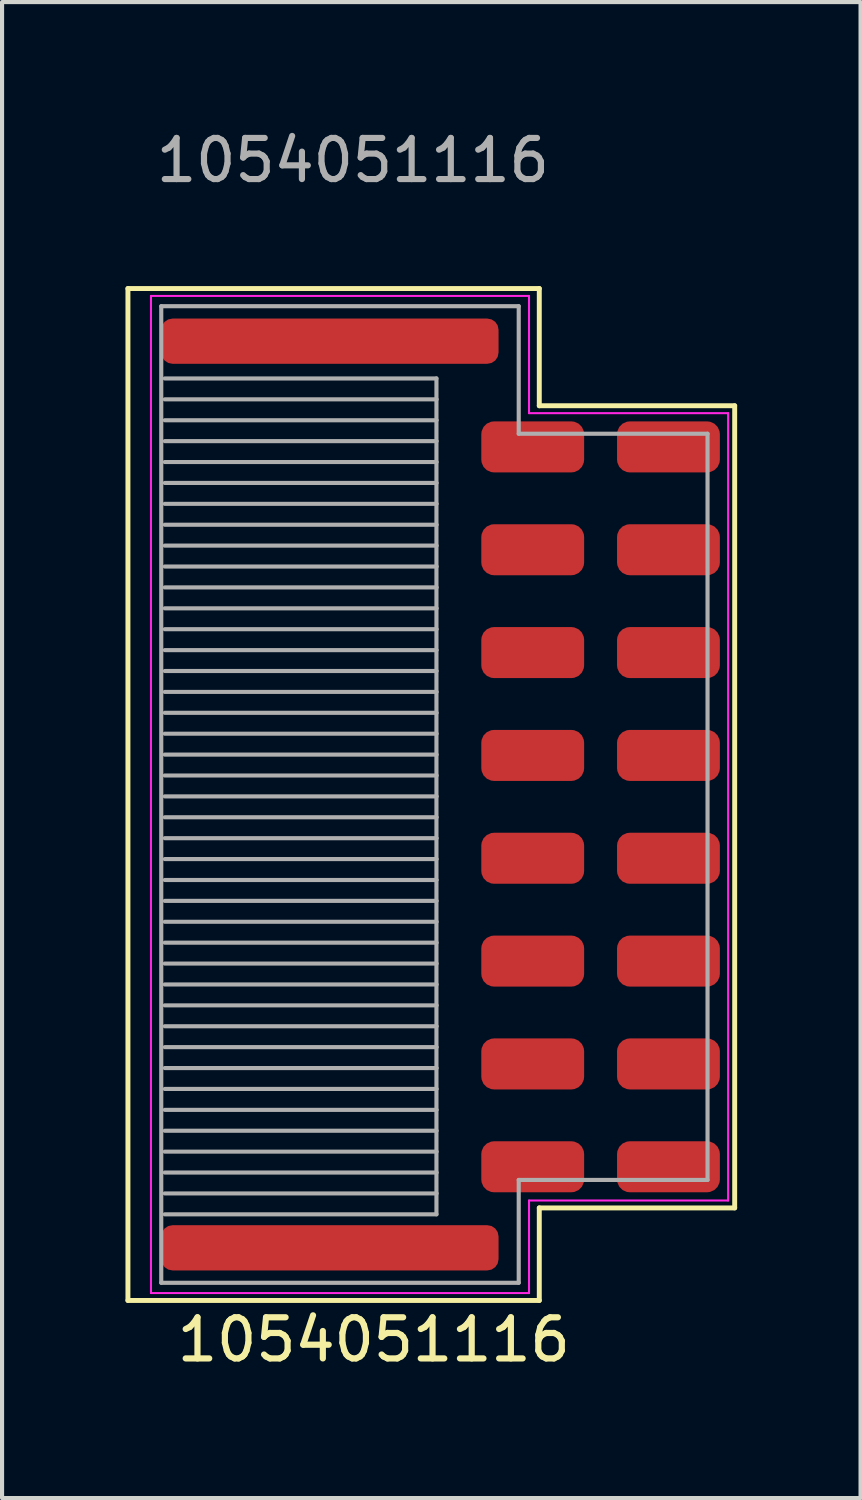
<source format=kicad_pcb>
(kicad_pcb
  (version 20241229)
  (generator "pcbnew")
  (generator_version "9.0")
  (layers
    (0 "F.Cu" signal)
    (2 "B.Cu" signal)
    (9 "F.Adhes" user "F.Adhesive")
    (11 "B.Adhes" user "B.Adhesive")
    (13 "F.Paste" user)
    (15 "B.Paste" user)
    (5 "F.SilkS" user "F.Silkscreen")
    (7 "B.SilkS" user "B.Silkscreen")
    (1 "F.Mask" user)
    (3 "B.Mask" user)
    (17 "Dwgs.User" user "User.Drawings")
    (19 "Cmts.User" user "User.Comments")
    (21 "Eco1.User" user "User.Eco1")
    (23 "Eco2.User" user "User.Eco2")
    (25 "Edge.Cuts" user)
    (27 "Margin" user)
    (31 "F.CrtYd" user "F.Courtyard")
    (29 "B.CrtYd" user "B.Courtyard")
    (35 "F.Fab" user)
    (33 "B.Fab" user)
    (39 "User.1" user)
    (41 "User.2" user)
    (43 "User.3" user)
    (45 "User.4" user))
  (footprint "1054051116"
    (layer "F.Cu")
    (at 7.56 16.564)
    (property "Reference" "1054051116" (at -1.524 12.954 0) (unlocked yes) (layer "F.SilkS") (effects (font (size 1 1) (thickness 0.15))))
    (fp_line (start -7.5 -12.6) (end 2.5 -12.6) (stroke (width 0.12) (type solid)) (layer "F.SilkS"))
    (fp_line (start -7.5 12) (end -7.5 -12.6) (stroke (width 0.12) (type solid)) (layer "F.SilkS"))
    (fp_line (start -7.5 12) (end 2.5 12) (stroke (width 0.12) (type solid)) (layer "F.SilkS"))
    (fp_line (start 2.5 -12.6) (end 2.5 -9.75) (stroke (width 0.12) (type solid)) (layer "F.SilkS"))
    (fp_line (start 2.5 -9.75) (end 7.25 -9.75) (stroke (width 0.12) (type solid)) (layer "F.SilkS"))
    (fp_line (start 2.5 12) (end 2.5 9.75) (stroke (width 0.12) (type solid)) (layer "F.SilkS"))
    (fp_line (start 7.25 -9.75) (end 7.25 9.75) (stroke (width 0.12) (type solid)) (layer "F.SilkS"))
    (fp_line (start 7.25 9.75) (end 2.5 9.75) (stroke (width 0.12) (type solid)) (layer "F.SilkS"))
    (fp_line (start -6.94 -12.42) (end 2.25 -12.42) (stroke (width 0.05) (type solid)) (layer "F.CrtYd"))
    (fp_line (start -6.94 11.82) (end -6.94 -12.42) (stroke (width 0.05) (type solid)) (layer "F.CrtYd"))
    (fp_line (start -6.94 11.82) (end 2.25 11.82) (stroke (width 0.05) (type solid)) (layer "F.CrtYd"))
    (fp_line (start 2.25 -12.42) (end 2.25 -9.57) (stroke (width 0.05) (type solid)) (layer "F.CrtYd"))
    (fp_line (start 2.25 -9.57) (end 7.09 -9.57) (stroke (width 0.05) (type solid)) (layer "F.CrtYd"))
    (fp_line (start 2.25 11.82) (end 2.25 9.57) (stroke (width 0.05) (type solid)) (layer "F.CrtYd"))
    (fp_line (start 7.09 -9.57) (end 7.09 9.57) (stroke (width 0.05) (type solid)) (layer "F.CrtYd"))
    (fp_line (start 7.09 9.57) (end 2.25 9.57) (stroke (width 0.05) (type solid)) (layer "F.CrtYd"))
    (fp_line (start -6.69 -12.17) (end 2 -12.17) (stroke (width 0.1) (type solid)) (layer "F.Fab"))
    (fp_line (start -6.69 11.57) (end -6.69 -12.17) (stroke (width 0.1) (type solid)) (layer "F.Fab"))
    (fp_line (start -6.69 11.57) (end 2 11.57) (stroke (width 0.1) (type solid)) (layer "F.Fab"))
    (fp_line (start -6.604 -10.414) (end 0 -10.414) (stroke (width 0.1) (type solid)) (layer "F.Fab"))
    (fp_line (start 0 -10.414) (end 0 -9.906) (stroke (width 0.1) (type solid)) (layer "F.Fab"))
    (fp_line (start 0 -9.906) (end -6.604 -9.906) (stroke (width 0.1) (type solid)) (layer "F.Fab"))
    (fp_line (start 0 -9.906) (end 0 -9.398) (stroke (width 0.1) (type solid)) (layer "F.Fab"))
    (fp_line (start 0 -9.398) (end -6.604 -9.398) (stroke (width 0.1) (type solid)) (layer "F.Fab"))
    (fp_line (start 0 -9.398) (end 0 -8.89) (stroke (width 0.1) (type solid)) (layer "F.Fab"))
    (fp_line (start 0 -8.89) (end -6.604 -8.89) (stroke (width 0.1) (type solid)) (layer "F.Fab"))
    (fp_line (start 0 -8.89) (end 0 -8.382) (stroke (width 0.1) (type solid)) (layer "F.Fab"))
    (fp_line (start 0 -8.382) (end -6.604 -8.382) (stroke (width 0.1) (type solid)) (layer "F.Fab"))
    (fp_line (start 0 -8.382) (end 0 -7.874) (stroke (width 0.1) (type solid)) (layer "F.Fab"))
    (fp_line (start 0 -7.874) (end -6.604 -7.874) (stroke (width 0.1) (type solid)) (layer "F.Fab"))
    (fp_line (start 0 -7.874) (end 0 -7.366) (stroke (width 0.1) (type solid)) (layer "F.Fab"))
    (fp_line (start 0 -7.366) (end -6.604 -7.366) (stroke (width 0.1) (type solid)) (layer "F.Fab"))
    (fp_line (start 0 -7.366) (end 0 -6.858) (stroke (width 0.1) (type solid)) (layer "F.Fab"))
    (fp_line (start 0 -6.858) (end -6.604 -6.858) (stroke (width 0.1) (type solid)) (layer "F.Fab"))
    (fp_line (start 0 -6.858) (end 0 -6.35) (stroke (width 0.1) (type solid)) (layer "F.Fab"))
    (fp_line (start 0 -6.35) (end -6.604 -6.35) (stroke (width 0.1) (type solid)) (layer "F.Fab"))
    (fp_line (start 0 -6.35) (end 0 -5.842) (stroke (width 0.1) (type solid)) (layer "F.Fab"))
    (fp_line (start 0 -5.842) (end -6.604 -5.842) (stroke (width 0.1) (type solid)) (layer "F.Fab"))
    (fp_line (start 0 -5.842) (end 0 -5.334) (stroke (width 0.1) (type solid)) (layer "F.Fab"))
    (fp_line (start 0 -5.334) (end -6.604 -5.334) (stroke (width 0.1) (type solid)) (layer "F.Fab"))
    (fp_line (start 0 -5.334) (end 0 -4.826) (stroke (width 0.1) (type solid)) (layer "F.Fab"))
    (fp_line (start 0 -4.826) (end -6.604 -4.826) (stroke (width 0.1) (type solid)) (layer "F.Fab"))
    (fp_line (start 0 -4.826) (end 0 -4.318) (stroke (width 0.1) (type solid)) (layer "F.Fab"))
    (fp_line (start 0 -4.318) (end -6.604 -4.318) (stroke (width 0.1) (type solid)) (layer "F.Fab"))
    (fp_line (start 0 -4.318) (end 0 -3.81) (stroke (width 0.1) (type solid)) (layer "F.Fab"))
    (fp_line (start 0 -3.81) (end -6.604 -3.81) (stroke (width 0.1) (type solid)) (layer "F.Fab"))
    (fp_line (start 0 -3.81) (end 0 -3.302) (stroke (width 0.1) (type solid)) (layer "F.Fab"))
    (fp_line (start 0 -3.302) (end -6.604 -3.302) (stroke (width 0.1) (type solid)) (layer "F.Fab"))
    (fp_line (start 0 -3.302) (end 0 -2.794) (stroke (width 0.1) (type solid)) (layer "F.Fab"))
    (fp_line (start 0 -2.794) (end -6.604 -2.794) (stroke (width 0.1) (type solid)) (layer "F.Fab"))
    (fp_line (start 0 -2.794) (end 0 -2.286) (stroke (width 0.1) (type solid)) (layer "F.Fab"))
    (fp_line (start 0 -2.286) (end -6.604 -2.286) (stroke (width 0.1) (type solid)) (layer "F.Fab"))
    (fp_line (start 0 -2.286) (end 0 -1.778) (stroke (width 0.1) (type solid)) (layer "F.Fab"))
    (fp_line (start 0 -1.778) (end -6.604 -1.778) (stroke (width 0.1) (type solid)) (layer "F.Fab"))
    (fp_line (start 0 -1.778) (end 0 -1.27) (stroke (width 0.1) (type solid)) (layer "F.Fab"))
    (fp_line (start 0 -1.27) (end -6.604 -1.27) (stroke (width 0.1) (type solid)) (layer "F.Fab"))
    (fp_line (start 0 -1.27) (end 0 -0.762) (stroke (width 0.1) (type solid)) (layer "F.Fab"))
    (fp_line (start 0 -0.762) (end -6.604 -0.762) (stroke (width 0.1) (type solid)) (layer "F.Fab"))
    (fp_line (start 0 -0.762) (end 0 -0.254) (stroke (width 0.1) (type solid)) (layer "F.Fab"))
    (fp_line (start 0 -0.254) (end -6.604 -0.254) (stroke (width 0.1) (type solid)) (layer "F.Fab"))
    (fp_line (start 0 -0.254) (end 0 0.254) (stroke (width 0.1) (type solid)) (layer "F.Fab"))
    (fp_line (start 0 0.254) (end -6.604 0.254) (stroke (width 0.1) (type solid)) (layer "F.Fab"))
    (fp_line (start 0 0.254) (end 0 0.762) (stroke (width 0.1) (type solid)) (layer "F.Fab"))
    (fp_line (start 0 0.762) (end -6.604 0.762) (stroke (width 0.1) (type solid)) (layer "F.Fab"))
    (fp_line (start 0 0.762) (end 0 1.27) (stroke (width 0.1) (type solid)) (layer "F.Fab"))
    (fp_line (start 0 1.27) (end -6.604 1.27) (stroke (width 0.1) (type solid)) (layer "F.Fab"))
    (fp_line (start 0 1.27) (end 0 1.778) (stroke (width 0.1) (type solid)) (layer "F.Fab"))
    (fp_line (start 0 1.778) (end -6.604 1.778) (stroke (width 0.1) (type solid)) (layer "F.Fab"))
    (fp_line (start 0 1.778) (end 0 2.286) (stroke (width 0.1) (type solid)) (layer "F.Fab"))
    (fp_line (start 0 2.286) (end -6.604 2.286) (stroke (width 0.1) (type solid)) (layer "F.Fab"))
    (fp_line (start 0 2.286) (end 0 2.794) (stroke (width 0.1) (type solid)) (layer "F.Fab"))
    (fp_line (start 0 2.794) (end -6.604 2.794) (stroke (width 0.1) (type solid)) (layer "F.Fab"))
    (fp_line (start 0 2.794) (end 0 3.302) (stroke (width 0.1) (type solid)) (layer "F.Fab"))
    (fp_line (start 0 3.302) (end -6.604 3.302) (stroke (width 0.1) (type solid)) (layer "F.Fab"))
    (fp_line (start 0 3.302) (end 0 3.81) (stroke (width 0.1) (type solid)) (layer "F.Fab"))
    (fp_line (start 0 3.81) (end -6.604 3.81) (stroke (width 0.1) (type solid)) (layer "F.Fab"))
    (fp_line (start 0 3.81) (end 0 4.318) (stroke (width 0.1) (type solid)) (layer "F.Fab"))
    (fp_line (start 0 4.318) (end -6.604 4.318) (stroke (width 0.1) (type solid)) (layer "F.Fab"))
    (fp_line (start 0 4.318) (end 0 4.826) (stroke (width 0.1) (type solid)) (layer "F.Fab"))
    (fp_line (start 0 4.826) (end -6.604 4.826) (stroke (width 0.1) (type solid)) (layer "F.Fab"))
    (fp_line (start 0 4.826) (end 0 5.334) (stroke (width 0.1) (type solid)) (layer "F.Fab"))
    (fp_line (start 0 5.334) (end -6.604 5.334) (stroke (width 0.1) (type solid)) (layer "F.Fab"))
    (fp_line (start 0 5.334) (end 0 5.842) (stroke (width 0.1) (type solid)) (layer "F.Fab"))
    (fp_line (start 0 5.842) (end -6.604 5.842) (stroke (width 0.1) (type solid)) (layer "F.Fab"))
    (fp_line (start 0 5.842) (end 0 6.35) (stroke (width 0.1) (type solid)) (layer "F.Fab"))
    (fp_line (start 0 6.35) (end -6.604 6.35) (stroke (width 0.1) (type solid)) (layer "F.Fab"))
    (fp_line (start 0 6.35) (end 0 6.858) (stroke (width 0.1) (type solid)) (layer "F.Fab"))
    (fp_line (start 0 6.858) (end -6.604 6.858) (stroke (width 0.1) (type solid)) (layer "F.Fab"))
    (fp_line (start 0 6.858) (end 0 7.366) (stroke (width 0.1) (type solid)) (layer "F.Fab"))
    (fp_line (start 0 7.366) (end -6.604 7.366) (stroke (width 0.1) (type solid)) (layer "F.Fab"))
    (fp_line (start 0 7.366) (end 0 7.874) (stroke (width 0.1) (type solid)) (layer "F.Fab"))
    (fp_line (start 0 7.874) (end -6.604 7.874) (stroke (width 0.1) (type solid)) (layer "F.Fab"))
    (fp_line (start 0 7.874) (end 0 8.382) (stroke (width 0.1) (type solid)) (layer "F.Fab"))
    (fp_line (start 0 8.382) (end -6.604 8.382) (stroke (width 0.1) (type solid)) (layer "F.Fab"))
    (fp_line (start 0 8.382) (end 0 8.89) (stroke (width 0.1) (type solid)) (layer "F.Fab"))
    (fp_line (start 0 8.89) (end -6.604 8.89) (stroke (width 0.1) (type solid)) (layer "F.Fab"))
    (fp_line (start 0 8.89) (end 0 9.398) (stroke (width 0.1) (type solid)) (layer "F.Fab"))
    (fp_line (start 0 9.398) (end -6.604 9.398) (stroke (width 0.1) (type solid)) (layer "F.Fab"))
    (fp_line (start 0 9.398) (end 0 9.906) (stroke (width 0.1) (type solid)) (layer "F.Fab"))
    (fp_line (start 0 9.906) (end -6.604 9.906) (stroke (width 0.1) (type solid)) (layer "F.Fab"))
    (fp_line (start 2 -12.17) (end 2 -9.07) (stroke (width 0.1) (type solid)) (layer "F.Fab"))
    (fp_line (start 2 -9.07) (end 6.59 -9.07) (stroke (width 0.1) (type solid)) (layer "F.Fab"))
    (fp_line (start 2 11.57) (end 2 9.07) (stroke (width 0.1) (type solid)) (layer "F.Fab"))
    (fp_line (start 6.59 -9.07) (end 6.59 9.07) (stroke (width 0.1) (type solid)) (layer "F.Fab"))
    (fp_line (start 6.59 9.07) (end 2 9.07) (stroke (width 0.1) (type solid)) (layer "F.Fab"))
    (fp_text user "${REFERENCE}" (at -2.032 -15.716 0) (unlocked yes) (layer "F.Fab") (effects (font (size 1 1) (thickness 0.15))))
    (pad "1" smd roundrect (at 2.34 8.75 90) (size 1.24 2.5) (layers "F.Cu" "F.Mask" "F.Paste") (roundrect_rratio 0.25))
    (pad "2" smd roundrect (at 5.64 8.75 90) (size 1.24 2.5) (layers "F.Cu" "F.Mask" "F.Paste") (roundrect_rratio 0.25))
    (pad "3" smd roundrect (at 2.34 6.25 90) (size 1.24 2.5) (layers "F.Cu" "F.Mask" "F.Paste") (roundrect_rratio 0.25))
    (pad "4" smd roundrect (at 5.64 6.25 90) (size 1.24 2.5) (layers "F.Cu" "F.Mask" "F.Paste") (roundrect_rratio 0.25))
    (pad "5" smd roundrect (at 2.34 3.75 90) (size 1.24 2.5) (layers "F.Cu" "F.Mask" "F.Paste") (roundrect_rratio 0.25))
    (pad "6" smd roundrect (at 5.64 3.75 90) (size 1.24 2.5) (layers "F.Cu" "F.Mask" "F.Paste") (roundrect_rratio 0.25))
    (pad "7" smd roundrect (at 2.34 1.25 90) (size 1.24 2.5) (layers "F.Cu" "F.Mask" "F.Paste") (roundrect_rratio 0.25))
    (pad "8" smd roundrect (at 5.64 1.25 90) (size 1.24 2.5) (layers "F.Cu" "F.Mask" "F.Paste") (roundrect_rratio 0.25))
    (pad "9" smd roundrect (at 2.34 -1.25 90) (size 1.24 2.5) (layers "F.Cu" "F.Mask" "F.Paste") (roundrect_rratio 0.25))
    (pad "10" smd roundrect (at 5.64 -1.25 90) (size 1.24 2.5) (layers "F.Cu" "F.Mask" "F.Paste") (roundrect_rratio 0.25))
    (pad "11" smd roundrect (at 2.34 -3.75 90) (size 1.24 2.5) (layers "F.Cu" "F.Mask" "F.Paste") (roundrect_rratio 0.25))
    (pad "12" smd roundrect (at 5.64 -3.75 90) (size 1.24 2.5) (layers "F.Cu" "F.Mask" "F.Paste") (roundrect_rratio 0.25))
    (pad "13" smd roundrect (at 2.34 -6.25 90) (size 1.24 2.5) (layers "F.Cu" "F.Mask" "F.Paste") (roundrect_rratio 0.25))
    (pad "14" smd roundrect (at 5.64 -6.25 90) (size 1.24 2.5) (layers "F.Cu" "F.Mask" "F.Paste") (roundrect_rratio 0.25))
    (pad "15" smd roundrect (at 2.34 -8.75 90) (size 1.24 2.5) (layers "F.Cu" "F.Mask" "F.Paste") (roundrect_rratio 0.25))
    (pad "16" smd roundrect (at 5.64 -8.75 90) (size 1.24 2.5) (layers "F.Cu" "F.Mask" "F.Paste") (roundrect_rratio 0.25))
    (pad "17" smd roundrect (at -2.59 -11.32 90) (size 1.1 8.2) (layers "F.Cu" "F.Mask" "F.Paste") (roundrect_rratio 0.25))
    (pad "17" smd roundrect (at -2.59 10.72 90) (size 1.1 8.2) (layers "F.Cu" "F.Mask" "F.Paste") (roundrect_rratio 0.25)))
  (gr_rect
    (start -3 -3)
    (end 17.87 33.367)
    (stroke (width 0.1) (type default))
    (fill no)
    (layer "Edge.Cuts")))
</source>
